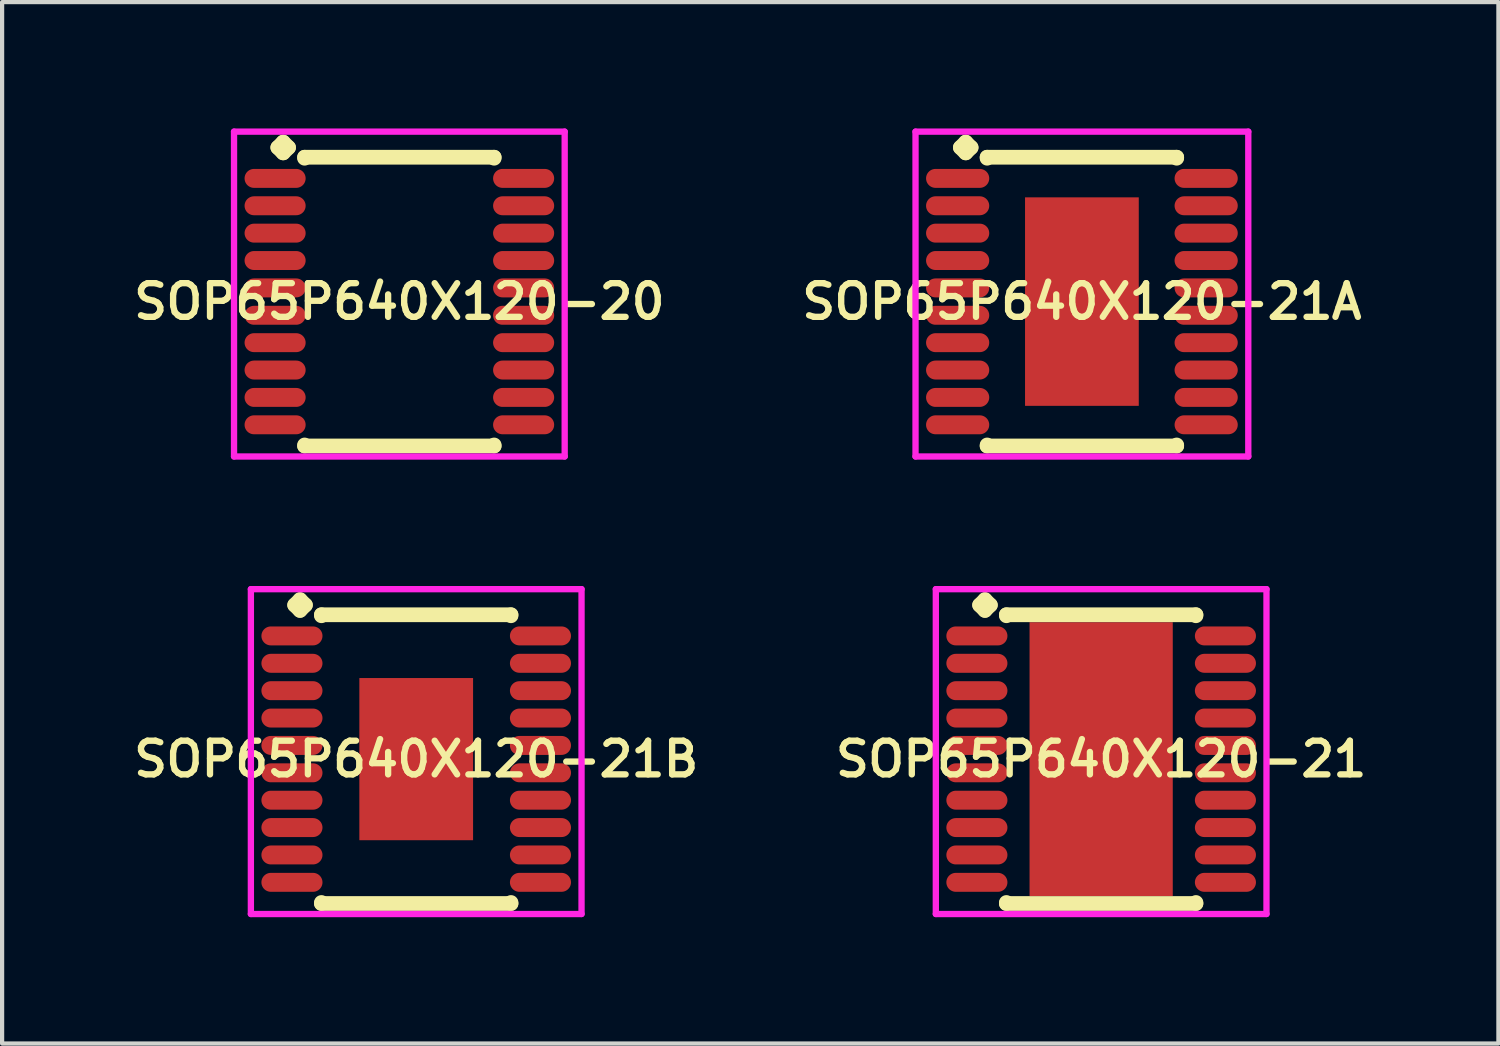
<source format=kicad_pcb>
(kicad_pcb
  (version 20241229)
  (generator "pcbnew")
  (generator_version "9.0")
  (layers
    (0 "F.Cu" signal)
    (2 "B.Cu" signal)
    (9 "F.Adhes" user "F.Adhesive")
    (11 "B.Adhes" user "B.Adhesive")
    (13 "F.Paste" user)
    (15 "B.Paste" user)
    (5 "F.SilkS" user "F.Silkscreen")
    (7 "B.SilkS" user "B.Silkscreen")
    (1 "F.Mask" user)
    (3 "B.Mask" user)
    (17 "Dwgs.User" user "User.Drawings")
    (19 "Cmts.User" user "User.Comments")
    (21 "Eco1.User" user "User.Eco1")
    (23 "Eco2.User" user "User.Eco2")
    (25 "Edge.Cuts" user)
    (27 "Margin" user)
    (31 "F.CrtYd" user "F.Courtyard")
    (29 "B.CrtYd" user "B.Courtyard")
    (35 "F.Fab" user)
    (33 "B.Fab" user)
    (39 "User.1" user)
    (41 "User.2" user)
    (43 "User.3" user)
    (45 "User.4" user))
  (footprint "SOP65P640X120-21B"
    (layer "F.Cu")
    (at 6.831 14.972)
    (property "Reference" "SOP65P640X120-21B" (at 0 0 0) (layer "F.SilkS") (effects (font (size 0.8 0.8) (thickness 0.15))))
    (attr smd)
    (fp_line (start -2.885 -3.658) (end -2.758 -3.785) (stroke (width 0.35) (type solid)) (layer "F.SilkS"))
    (fp_line (start -2.758 -3.785) (end -2.631 -3.658) (stroke (width 0.35) (type solid)) (layer "F.SilkS"))
    (fp_line (start -2.758 -3.531) (end -2.885 -3.658) (stroke (width 0.35) (type solid)) (layer "F.SilkS"))
    (fp_line (start -2.631 -3.658) (end -2.758 -3.531) (stroke (width 0.35) (type solid)) (layer "F.SilkS"))
    (fp_line (start -2.25 -3.427) (end 2.25 -3.427) (stroke (width 0.35) (type solid)) (layer "F.SilkS"))
    (fp_line (start -2.25 -3.404) (end -2.25 -3.427) (stroke (width 0.35) (type solid)) (layer "F.SilkS"))
    (fp_line (start -2.25 3.404) (end -2.25 3.427) (stroke (width 0.35) (type solid)) (layer "F.SilkS"))
    (fp_line (start -2.25 3.427) (end 2.25 3.427) (stroke (width 0.35) (type solid)) (layer "F.SilkS"))
    (fp_line (start 2.25 -3.427) (end 2.25 -3.404) (stroke (width 0.35) (type solid)) (layer "F.SilkS"))
    (fp_line (start 2.25 3.427) (end 2.25 3.404) (stroke (width 0.35) (type solid)) (layer "F.SilkS"))
    (fp_line (start -3.925 -4.035) (end 3.925 -4.035) (stroke (width 0.15) (type solid)) (layer "F.CrtYd"))
    (fp_line (start -3.925 3.677) (end -3.925 -4.035) (stroke (width 0.15) (type solid)) (layer "F.CrtYd"))
    (fp_line (start 3.925 -4.035) (end 3.925 3.677) (stroke (width 0.15) (type solid)) (layer "F.CrtYd"))
    (fp_line (start 3.925 3.677) (end -3.925 3.677) (stroke (width 0.15) (type solid)) (layer "F.CrtYd"))
    (pad "1" smd oval (at -2.95 -2.925) (size 1.45 0.45) (layers "F.Cu" "F.Mask" "F.Paste"))
    (pad "2" smd oval (at -2.95 -2.275) (size 1.45 0.45) (layers "F.Cu" "F.Mask" "F.Paste"))
    (pad "3" smd oval (at -2.95 -1.625) (size 1.45 0.45) (layers "F.Cu" "F.Mask" "F.Paste"))
    (pad "4" smd oval (at -2.95 -0.975) (size 1.45 0.45) (layers "F.Cu" "F.Mask" "F.Paste"))
    (pad "5" smd oval (at -2.95 -0.325) (size 1.45 0.45) (layers "F.Cu" "F.Mask" "F.Paste"))
    (pad "6" smd oval (at -2.95 0.325) (size 1.45 0.45) (layers "F.Cu" "F.Mask" "F.Paste"))
    (pad "7" smd oval (at -2.95 0.975) (size 1.45 0.45) (layers "F.Cu" "F.Mask" "F.Paste"))
    (pad "8" smd oval (at -2.95 1.625) (size 1.45 0.45) (layers "F.Cu" "F.Mask" "F.Paste"))
    (pad "9" smd oval (at -2.95 2.275) (size 1.45 0.45) (layers "F.Cu" "F.Mask" "F.Paste"))
    (pad "10" smd oval (at -2.95 2.925) (size 1.45 0.45) (layers "F.Cu" "F.Mask" "F.Paste"))
    (pad "11" smd oval (at 2.95 2.925) (size 1.45 0.45) (layers "F.Cu" "F.Mask" "F.Paste"))
    (pad "12" smd oval (at 2.95 2.275) (size 1.45 0.45) (layers "F.Cu" "F.Mask" "F.Paste"))
    (pad "13" smd oval (at 2.95 1.625) (size 1.45 0.45) (layers "F.Cu" "F.Mask" "F.Paste"))
    (pad "14" smd oval (at 2.95 0.975) (size 1.45 0.45) (layers "F.Cu" "F.Mask" "F.Paste"))
    (pad "15" smd oval (at 2.95 0.325) (size 1.45 0.45) (layers "F.Cu" "F.Mask" "F.Paste"))
    (pad "16" smd oval (at 2.95 -0.325) (size 1.45 0.45) (layers "F.Cu" "F.Mask" "F.Paste"))
    (pad "17" smd oval (at 2.95 -0.975) (size 1.45 0.45) (layers "F.Cu" "F.Mask" "F.Paste"))
    (pad "18" smd oval (at 2.95 -1.625) (size 1.45 0.45) (layers "F.Cu" "F.Mask" "F.Paste"))
    (pad "19" smd oval (at 2.95 -2.275) (size 1.45 0.45) (layers "F.Cu" "F.Mask" "F.Paste"))
    (pad "20" smd oval (at 2.95 -2.925) (size 1.45 0.45) (layers "F.Cu" "F.Mask" "F.Paste"))
    (pad "21" smd rect (at 0 0) (size 2.7 3.85) (layers "F.Cu" "F.Mask" "F.Paste")))
  (footprint "SOP65P640X120-20"
    (layer "F.Cu")
    (at 6.431 4.11)
    (property "Reference" "SOP65P640X120-20" (at 0 0 0) (layer "F.SilkS") (effects (font (size 0.8 0.8) (thickness 0.15))))
    (attr smd)
    (fp_line (start -2.885 -3.658) (end -2.758 -3.785) (stroke (width 0.35) (type solid)) (layer "F.SilkS"))
    (fp_line (start -2.758 -3.785) (end -2.631 -3.658) (stroke (width 0.35) (type solid)) (layer "F.SilkS"))
    (fp_line (start -2.758 -3.531) (end -2.885 -3.658) (stroke (width 0.35) (type solid)) (layer "F.SilkS"))
    (fp_line (start -2.631 -3.658) (end -2.758 -3.531) (stroke (width 0.35) (type solid)) (layer "F.SilkS"))
    (fp_line (start -2.25 -3.427) (end 2.25 -3.427) (stroke (width 0.35) (type solid)) (layer "F.SilkS"))
    (fp_line (start -2.25 -3.404) (end -2.25 -3.427) (stroke (width 0.35) (type solid)) (layer "F.SilkS"))
    (fp_line (start -2.25 3.404) (end -2.25 3.427) (stroke (width 0.35) (type solid)) (layer "F.SilkS"))
    (fp_line (start -2.25 3.427) (end 2.25 3.427) (stroke (width 0.35) (type solid)) (layer "F.SilkS"))
    (fp_line (start 2.25 -3.427) (end 2.25 -3.404) (stroke (width 0.35) (type solid)) (layer "F.SilkS"))
    (fp_line (start 2.25 3.427) (end 2.25 3.404) (stroke (width 0.35) (type solid)) (layer "F.SilkS"))
    (fp_line (start -3.925 -4.035) (end 3.925 -4.035) (stroke (width 0.15) (type solid)) (layer "F.CrtYd"))
    (fp_line (start -3.925 3.677) (end -3.925 -4.035) (stroke (width 0.15) (type solid)) (layer "F.CrtYd"))
    (fp_line (start 3.925 -4.035) (end 3.925 3.677) (stroke (width 0.15) (type solid)) (layer "F.CrtYd"))
    (fp_line (start 3.925 3.677) (end -3.925 3.677) (stroke (width 0.15) (type solid)) (layer "F.CrtYd"))
    (pad "1" smd oval (at -2.95 -2.925) (size 1.45 0.45) (layers "F.Cu" "F.Mask" "F.Paste"))
    (pad "2" smd oval (at -2.95 -2.275) (size 1.45 0.45) (layers "F.Cu" "F.Mask" "F.Paste"))
    (pad "3" smd oval (at -2.95 -1.625) (size 1.45 0.45) (layers "F.Cu" "F.Mask" "F.Paste"))
    (pad "4" smd oval (at -2.95 -0.975) (size 1.45 0.45) (layers "F.Cu" "F.Mask" "F.Paste"))
    (pad "5" smd oval (at -2.95 -0.325) (size 1.45 0.45) (layers "F.Cu" "F.Mask" "F.Paste"))
    (pad "6" smd oval (at -2.95 0.325) (size 1.45 0.45) (layers "F.Cu" "F.Mask" "F.Paste"))
    (pad "7" smd oval (at -2.95 0.975) (size 1.45 0.45) (layers "F.Cu" "F.Mask" "F.Paste"))
    (pad "8" smd oval (at -2.95 1.625) (size 1.45 0.45) (layers "F.Cu" "F.Mask" "F.Paste"))
    (pad "9" smd oval (at -2.95 2.275) (size 1.45 0.45) (layers "F.Cu" "F.Mask" "F.Paste"))
    (pad "10" smd oval (at -2.95 2.925) (size 1.45 0.45) (layers "F.Cu" "F.Mask" "F.Paste"))
    (pad "11" smd oval (at 2.95 2.925) (size 1.45 0.45) (layers "F.Cu" "F.Mask" "F.Paste"))
    (pad "12" smd oval (at 2.95 2.275) (size 1.45 0.45) (layers "F.Cu" "F.Mask" "F.Paste"))
    (pad "13" smd oval (at 2.95 1.625) (size 1.45 0.45) (layers "F.Cu" "F.Mask" "F.Paste"))
    (pad "14" smd oval (at 2.95 0.975) (size 1.45 0.45) (layers "F.Cu" "F.Mask" "F.Paste"))
    (pad "15" smd oval (at 2.95 0.325) (size 1.45 0.45) (layers "F.Cu" "F.Mask" "F.Paste"))
    (pad "16" smd oval (at 2.95 -0.325) (size 1.45 0.45) (layers "F.Cu" "F.Mask" "F.Paste"))
    (pad "17" smd oval (at 2.95 -0.975) (size 1.45 0.45) (layers "F.Cu" "F.Mask" "F.Paste"))
    (pad "18" smd oval (at 2.95 -1.625) (size 1.45 0.45) (layers "F.Cu" "F.Mask" "F.Paste"))
    (pad "19" smd oval (at 2.95 -2.275) (size 1.45 0.45) (layers "F.Cu" "F.Mask" "F.Paste"))
    (pad "20" smd oval (at 2.95 -2.925) (size 1.45 0.45) (layers "F.Cu" "F.Mask" "F.Paste")))
  (footprint "SOP65P640X120-21"
    (layer "F.Cu")
    (at 23.092 14.972)
    (property "Reference" "SOP65P640X120-21" (at 0 0 0) (layer "F.SilkS") (effects (font (size 0.8 0.8) (thickness 0.15))))
    (attr smd)
    (fp_line (start -2.885 -3.658) (end -2.758 -3.785) (stroke (width 0.35) (type solid)) (layer "F.SilkS"))
    (fp_line (start -2.758 -3.785) (end -2.631 -3.658) (stroke (width 0.35) (type solid)) (layer "F.SilkS"))
    (fp_line (start -2.758 -3.531) (end -2.885 -3.658) (stroke (width 0.35) (type solid)) (layer "F.SilkS"))
    (fp_line (start -2.631 -3.658) (end -2.758 -3.531) (stroke (width 0.35) (type solid)) (layer "F.SilkS"))
    (fp_line (start -2.25 -3.427) (end 2.25 -3.427) (stroke (width 0.35) (type solid)) (layer "F.SilkS"))
    (fp_line (start -2.25 -3.404) (end -2.25 -3.427) (stroke (width 0.35) (type solid)) (layer "F.SilkS"))
    (fp_line (start -2.25 3.404) (end -2.25 3.427) (stroke (width 0.35) (type solid)) (layer "F.SilkS"))
    (fp_line (start -2.25 3.427) (end 2.25 3.427) (stroke (width 0.35) (type solid)) (layer "F.SilkS"))
    (fp_line (start 2.25 -3.427) (end 2.25 -3.404) (stroke (width 0.35) (type solid)) (layer "F.SilkS"))
    (fp_line (start 2.25 3.427) (end 2.25 3.404) (stroke (width 0.35) (type solid)) (layer "F.SilkS"))
    (fp_line (start -3.925 -4.035) (end 3.925 -4.035) (stroke (width 0.15) (type solid)) (layer "F.CrtYd"))
    (fp_line (start -3.925 3.677) (end -3.925 -4.035) (stroke (width 0.15) (type solid)) (layer "F.CrtYd"))
    (fp_line (start 3.925 -4.035) (end 3.925 3.677) (stroke (width 0.15) (type solid)) (layer "F.CrtYd"))
    (fp_line (start 3.925 3.677) (end -3.925 3.677) (stroke (width 0.15) (type solid)) (layer "F.CrtYd"))
    (pad "1" smd oval (at -2.95 -2.925) (size 1.45 0.45) (layers "F.Cu" "F.Mask" "F.Paste"))
    (pad "2" smd oval (at -2.95 -2.275) (size 1.45 0.45) (layers "F.Cu" "F.Mask" "F.Paste"))
    (pad "3" smd oval (at -2.95 -1.625) (size 1.45 0.45) (layers "F.Cu" "F.Mask" "F.Paste"))
    (pad "4" smd oval (at -2.95 -0.975) (size 1.45 0.45) (layers "F.Cu" "F.Mask" "F.Paste"))
    (pad "5" smd oval (at -2.95 -0.325) (size 1.45 0.45) (layers "F.Cu" "F.Mask" "F.Paste"))
    (pad "6" smd oval (at -2.95 0.325) (size 1.45 0.45) (layers "F.Cu" "F.Mask" "F.Paste"))
    (pad "7" smd oval (at -2.95 0.975) (size 1.45 0.45) (layers "F.Cu" "F.Mask" "F.Paste"))
    (pad "8" smd oval (at -2.95 1.625) (size 1.45 0.45) (layers "F.Cu" "F.Mask" "F.Paste"))
    (pad "9" smd oval (at -2.95 2.275) (size 1.45 0.45) (layers "F.Cu" "F.Mask" "F.Paste"))
    (pad "10" smd oval (at -2.95 2.925) (size 1.45 0.45) (layers "F.Cu" "F.Mask" "F.Paste"))
    (pad "11" smd oval (at 2.95 2.925) (size 1.45 0.45) (layers "F.Cu" "F.Mask" "F.Paste"))
    (pad "12" smd oval (at 2.95 2.275) (size 1.45 0.45) (layers "F.Cu" "F.Mask" "F.Paste"))
    (pad "13" smd oval (at 2.95 1.625) (size 1.45 0.45) (layers "F.Cu" "F.Mask" "F.Paste"))
    (pad "14" smd oval (at 2.95 0.975) (size 1.45 0.45) (layers "F.Cu" "F.Mask" "F.Paste"))
    (pad "15" smd oval (at 2.95 0.325) (size 1.45 0.45) (layers "F.Cu" "F.Mask" "F.Paste"))
    (pad "16" smd oval (at 2.95 -0.325) (size 1.45 0.45) (layers "F.Cu" "F.Mask" "F.Paste"))
    (pad "17" smd oval (at 2.95 -0.975) (size 1.45 0.45) (layers "F.Cu" "F.Mask" "F.Paste"))
    (pad "18" smd oval (at 2.95 -1.625) (size 1.45 0.45) (layers "F.Cu" "F.Mask" "F.Paste"))
    (pad "19" smd oval (at 2.95 -2.275) (size 1.45 0.45) (layers "F.Cu" "F.Mask" "F.Paste"))
    (pad "20" smd oval (at 2.95 -2.925) (size 1.45 0.45) (layers "F.Cu" "F.Mask" "F.Paste"))
    (pad "21" smd rect (at 0 0) (size 3.4 6.5) (layers "F.Cu" "F.Mask" "F.Paste")))
  (footprint "SOP65P640X120-21A"
    (layer "F.Cu")
    (at 22.635 4.11)
    (property "Reference" "SOP65P640X120-21A" (at 0 0 0) (layer "F.SilkS") (effects (font (size 0.8 0.8) (thickness 0.15))))
    (attr smd)
    (fp_line (start -2.885 -3.658) (end -2.758 -3.785) (stroke (width 0.35) (type solid)) (layer "F.SilkS"))
    (fp_line (start -2.758 -3.785) (end -2.631 -3.658) (stroke (width 0.35) (type solid)) (layer "F.SilkS"))
    (fp_line (start -2.758 -3.531) (end -2.885 -3.658) (stroke (width 0.35) (type solid)) (layer "F.SilkS"))
    (fp_line (start -2.631 -3.658) (end -2.758 -3.531) (stroke (width 0.35) (type solid)) (layer "F.SilkS"))
    (fp_line (start -2.25 -3.427) (end 2.25 -3.427) (stroke (width 0.35) (type solid)) (layer "F.SilkS"))
    (fp_line (start -2.25 -3.404) (end -2.25 -3.427) (stroke (width 0.35) (type solid)) (layer "F.SilkS"))
    (fp_line (start -2.25 3.404) (end -2.25 3.427) (stroke (width 0.35) (type solid)) (layer "F.SilkS"))
    (fp_line (start -2.25 3.427) (end 2.25 3.427) (stroke (width 0.35) (type solid)) (layer "F.SilkS"))
    (fp_line (start 2.25 -3.427) (end 2.25 -3.404) (stroke (width 0.35) (type solid)) (layer "F.SilkS"))
    (fp_line (start 2.25 3.427) (end 2.25 3.404) (stroke (width 0.35) (type solid)) (layer "F.SilkS"))
    (fp_line (start -3.95 -4.035) (end 3.95 -4.035) (stroke (width 0.15) (type solid)) (layer "F.CrtYd"))
    (fp_line (start -3.95 3.677) (end -3.95 -4.035) (stroke (width 0.15) (type solid)) (layer "F.CrtYd"))
    (fp_line (start 3.95 -4.035) (end 3.95 3.677) (stroke (width 0.15) (type solid)) (layer "F.CrtYd"))
    (fp_line (start 3.95 3.677) (end -3.95 3.677) (stroke (width 0.15) (type solid)) (layer "F.CrtYd"))
    (pad "1" smd oval (at -2.95 -2.925) (size 1.5 0.45) (layers "F.Cu" "F.Mask" "F.Paste"))
    (pad "2" smd oval (at -2.95 -2.275) (size 1.5 0.45) (layers "F.Cu" "F.Mask" "F.Paste"))
    (pad "3" smd oval (at -2.95 -1.625) (size 1.5 0.45) (layers "F.Cu" "F.Mask" "F.Paste"))
    (pad "4" smd oval (at -2.95 -0.975) (size 1.5 0.45) (layers "F.Cu" "F.Mask" "F.Paste"))
    (pad "5" smd oval (at -2.95 -0.325) (size 1.5 0.45) (layers "F.Cu" "F.Mask" "F.Paste"))
    (pad "6" smd oval (at -2.95 0.325) (size 1.5 0.45) (layers "F.Cu" "F.Mask" "F.Paste"))
    (pad "7" smd oval (at -2.95 0.975) (size 1.5 0.45) (layers "F.Cu" "F.Mask" "F.Paste"))
    (pad "8" smd oval (at -2.95 1.625) (size 1.5 0.45) (layers "F.Cu" "F.Mask" "F.Paste"))
    (pad "9" smd oval (at -2.95 2.275) (size 1.5 0.45) (layers "F.Cu" "F.Mask" "F.Paste"))
    (pad "10" smd oval (at -2.95 2.925) (size 1.5 0.45) (layers "F.Cu" "F.Mask" "F.Paste"))
    (pad "11" smd oval (at 2.95 2.925) (size 1.5 0.45) (layers "F.Cu" "F.Mask" "F.Paste"))
    (pad "12" smd oval (at 2.95 2.275) (size 1.5 0.45) (layers "F.Cu" "F.Mask" "F.Paste"))
    (pad "13" smd oval (at 2.95 1.625) (size 1.5 0.45) (layers "F.Cu" "F.Mask" "F.Paste"))
    (pad "14" smd oval (at 2.95 0.975) (size 1.5 0.45) (layers "F.Cu" "F.Mask" "F.Paste"))
    (pad "15" smd oval (at 2.95 0.325) (size 1.5 0.45) (layers "F.Cu" "F.Mask" "F.Paste"))
    (pad "16" smd oval (at 2.95 -0.325) (size 1.5 0.45) (layers "F.Cu" "F.Mask" "F.Paste"))
    (pad "17" smd oval (at 2.95 -0.975) (size 1.5 0.45) (layers "F.Cu" "F.Mask" "F.Paste"))
    (pad "18" smd oval (at 2.95 -1.625) (size 1.5 0.45) (layers "F.Cu" "F.Mask" "F.Paste"))
    (pad "19" smd oval (at 2.95 -2.275) (size 1.5 0.45) (layers "F.Cu" "F.Mask" "F.Paste"))
    (pad "20" smd oval (at 2.95 -2.925) (size 1.5 0.45) (layers "F.Cu" "F.Mask" "F.Paste"))
    (pad "21" smd rect (at 0 0) (size 2.7 4.95) (layers "F.Cu" "F.Mask" "F.Paste")))
  (gr_rect
    (start -3 -3)
    (end 32.523 21.724)
    (stroke (width 0.1) (type default))
    (fill no)
    (layer "Edge.Cuts")))
</source>
